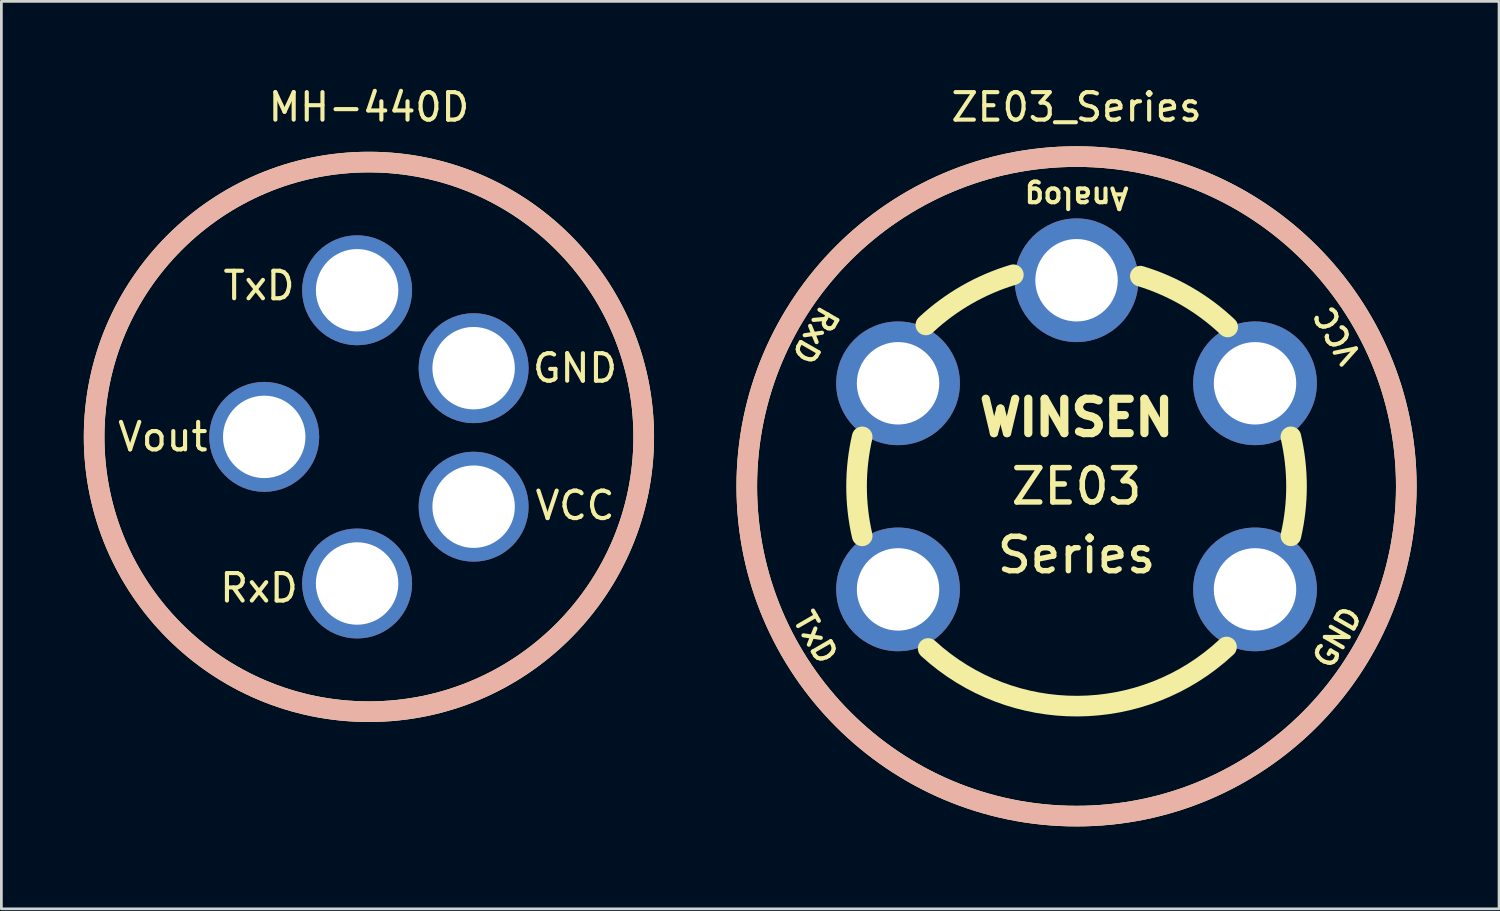
<source format=kicad_pcb>
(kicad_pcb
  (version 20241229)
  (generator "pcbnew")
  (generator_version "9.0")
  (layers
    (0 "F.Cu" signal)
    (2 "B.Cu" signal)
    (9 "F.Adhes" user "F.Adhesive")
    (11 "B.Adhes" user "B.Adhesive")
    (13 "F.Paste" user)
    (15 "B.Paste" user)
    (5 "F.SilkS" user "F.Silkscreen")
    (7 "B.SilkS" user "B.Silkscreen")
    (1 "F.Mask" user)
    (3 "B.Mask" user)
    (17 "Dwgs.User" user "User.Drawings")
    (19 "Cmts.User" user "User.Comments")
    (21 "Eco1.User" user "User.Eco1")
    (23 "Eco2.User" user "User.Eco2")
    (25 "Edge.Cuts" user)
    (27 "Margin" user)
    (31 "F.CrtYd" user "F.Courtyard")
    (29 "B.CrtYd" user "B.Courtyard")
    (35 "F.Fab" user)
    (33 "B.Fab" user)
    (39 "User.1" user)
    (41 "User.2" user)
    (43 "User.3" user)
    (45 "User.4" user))
  (footprint "MH-440D"
    (layer "F.Cu")
    (at 10.375 12.848)
    (property "Reference" "MH-440D" (at 0 -12 0) (layer "F.SilkS") (effects (font (size 1 1) (thickness 0.15))))
    (attr through_hole)
    (fp_circle (center 0 0) (end 10 0) (stroke (width 0.75) (type solid)) (fill no) (layer "F.SilkS"))
    (fp_circle (center 0 0) (end 10 0) (stroke (width 0.75) (type solid)) (fill no) (layer "B.SilkS"))
    (fp_text user "GND" (at 7.5 -2.5 0) (layer "F.SilkS") (effects (font (size 1 1) (thickness 0.15))))
    (fp_text user "RxD" (at -4 5.5 0) (layer "F.SilkS") (effects (font (size 1 1) (thickness 0.15))))
    (fp_text user "TxD" (at -4 -5.5 0) (layer "F.SilkS") (effects (font (size 1 1) (thickness 0.15))))
    (fp_text user "VCC" (at 7.5 2.5 0) (layer "F.SilkS") (effects (font (size 1 1) (thickness 0.15))))
    (fp_text user "Vout" (at -7.5 0 0) (layer "F.SilkS") (effects (font (size 1 1) (thickness 0.15))))
    (pad "1" thru_hole circle (at 3.81 -2.5) (size 4 4) (drill 3) (layers "*.Cu" "*.Mask"))
    (pad "2" thru_hole circle (at 3.81 2.54) (size 4 4) (drill 3) (layers "*.Cu" "*.Mask"))
    (pad "3" thru_hole circle (at -0.43 5.335) (size 4 4) (drill 3) (layers "*.Cu" "*.Mask"))
    (pad "4" thru_hole circle (at -3.81 0) (size 4 4) (drill 3) (layers "*.Cu" "*.Mask"))
    (pad "5" thru_hole circle (at -0.43 -5.335) (size 4 4) (drill 3) (layers "*.Cu" "*.Mask")))
  (footprint "ZE03_Series"
    (layer "F.Cu")
    (at 36.125 14.648)
    (property "Reference" "ZE03_Series" (at 0 -13.8 0) (layer "F.SilkS") (effects (font (size 1 1) (thickness 0.15))))
    (attr through_hole)
    (fp_arc (start -7.799662 1.801466) (mid -8.004999 0.000752) (end -7.8 -1.8) (stroke (width 0.75) (type solid)) (layer "F.SilkS"))
    (fp_arc (start -5.483828 -5.87432) (mid -3.997533 -6.971351) (end -2.3 -7.7) (stroke (width 0.75) (type solid)) (layer "F.SilkS"))
    (fp_arc (start 2.320846 -7.64877) (mid 4.018196 -6.909711) (end 5.5 -5.8) (stroke (width 0.75) (type solid)) (layer "F.SilkS"))
    (fp_arc (start 5.458132 5.846263) (mid 0.039582 7.998027) (end -5.4 5.9) (stroke (width 0.75) (type solid)) (layer "F.SilkS"))
    (fp_arc (start 7.79966 -1.801466) (mid 8.004997 -0.000753) (end 7.799999 1.799999) (stroke (width 0.75) (type solid)) (layer "F.SilkS"))
    (fp_circle (center 0 0) (end 12 0) (stroke (width 0.75) (type solid)) (fill no) (layer "F.SilkS"))
    (fp_circle (center 0 0) (end 12 0) (stroke (width 0.75) (type solid)) (fill no) (layer "B.SilkS"))
    (fp_text user "Series" (at 0 2.5 0) (layer "F.SilkS") (effects (font (size 1.25 1.25) (thickness 0.2))))
    (fp_text user "Analog" (at 0 -10.5 180) (unlocked yes) (layer "F.SilkS") (effects (font (size 0.75 0.75) (thickness 0.15))))
    (fp_text user "ZE03" (at 0 0 0) (layer "F.SilkS") (effects (font (size 1.25 1.25) (thickness 0.2))))
    (fp_text user "TxD" (at -9.5 5.5 300) (unlocked yes) (layer "F.SilkS") (effects (font (size 0.75 0.75) (thickness 0.15))))
    (fp_text user "GND" (at 9.5 5.5 60) (layer "F.SilkS") (effects (font (size 0.75 0.75) (thickness 0.15))))
    (fp_text user "RxD" (at -9.5 -5.5 240) (unlocked yes) (layer "F.SilkS") (effects (font (size 0.75 0.75) (thickness 0.15))))
    (fp_text user "VCC" (at 9.5 -5.5 120) (unlocked yes) (layer "F.SilkS") (effects (font (size 0.75 0.75) (thickness 0.15))))
    (fp_text user "WINSEN" (at 0 -2.5 0) (layer "F.SilkS") (effects (font (size 1.25 1.25) (thickness 0.3))))
    (pad "1" thru_hole circle (at 6.495 3.75 30) (size 4.5 4.5) (drill 3) (layers "*.Cu" "*.Mask"))
    (pad "2" thru_hole circle (at 6.495 -3.75 30) (size 4.5 4.5) (drill 3) (layers "*.Cu" "*.Mask"))
    (pad "3" thru_hole circle (at 0 -7.5 30) (size 4.5 4.5) (drill 3) (layers "*.Cu" "*.Mask"))
    (pad "4" thru_hole circle (at -6.495 -3.75 30) (size 4.5 4.5) (drill 3) (layers "*.Cu" "*.Mask"))
    (pad "5" thru_hole circle (at -6.495 3.75 30) (size 4.5 4.5) (drill 3) (layers "*.Cu" "*.Mask")))
  (gr_rect
    (start -3 -3)
    (end 51.5 30.023)
    (stroke (width 0.1) (type default))
    (fill no)
    (layer "Edge.Cuts")))
</source>
